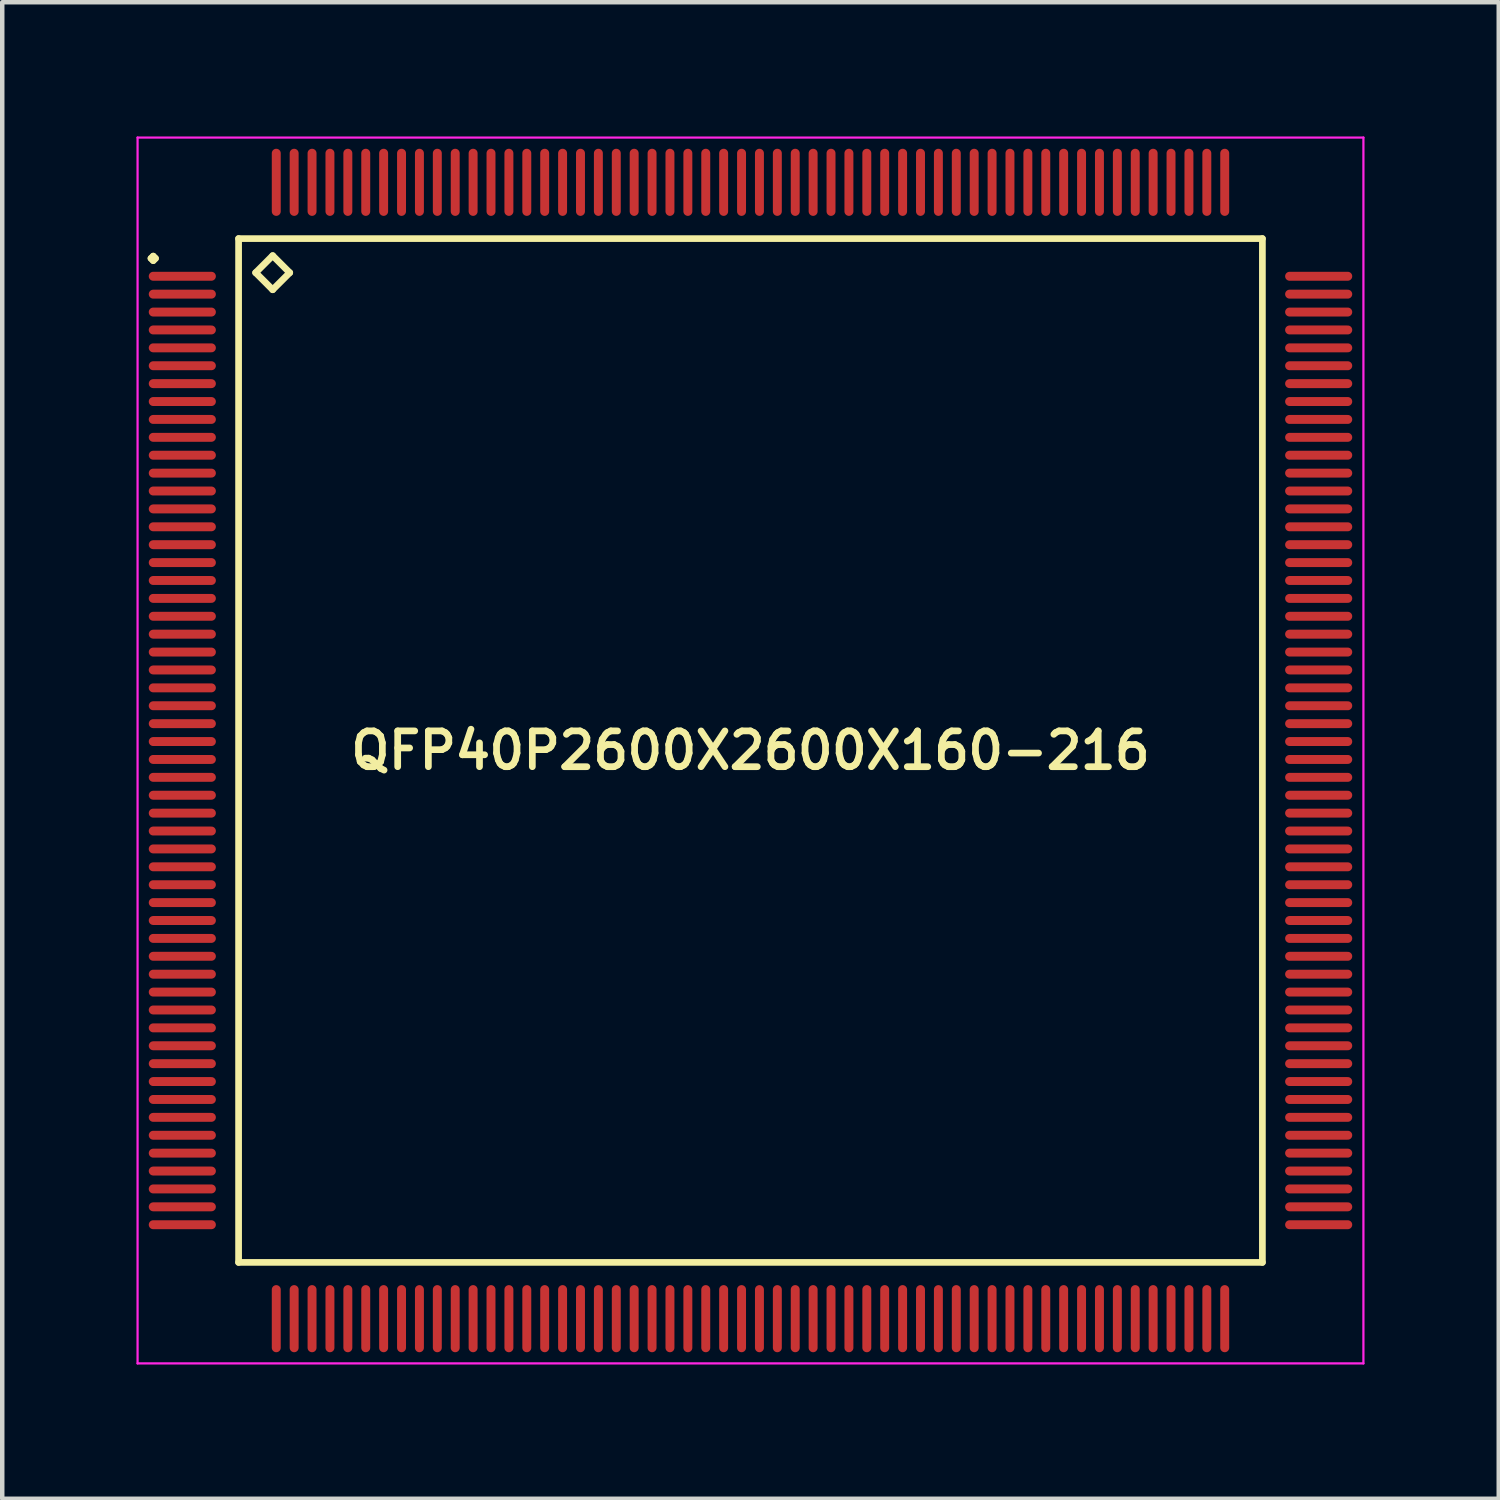
<source format=kicad_pcb>
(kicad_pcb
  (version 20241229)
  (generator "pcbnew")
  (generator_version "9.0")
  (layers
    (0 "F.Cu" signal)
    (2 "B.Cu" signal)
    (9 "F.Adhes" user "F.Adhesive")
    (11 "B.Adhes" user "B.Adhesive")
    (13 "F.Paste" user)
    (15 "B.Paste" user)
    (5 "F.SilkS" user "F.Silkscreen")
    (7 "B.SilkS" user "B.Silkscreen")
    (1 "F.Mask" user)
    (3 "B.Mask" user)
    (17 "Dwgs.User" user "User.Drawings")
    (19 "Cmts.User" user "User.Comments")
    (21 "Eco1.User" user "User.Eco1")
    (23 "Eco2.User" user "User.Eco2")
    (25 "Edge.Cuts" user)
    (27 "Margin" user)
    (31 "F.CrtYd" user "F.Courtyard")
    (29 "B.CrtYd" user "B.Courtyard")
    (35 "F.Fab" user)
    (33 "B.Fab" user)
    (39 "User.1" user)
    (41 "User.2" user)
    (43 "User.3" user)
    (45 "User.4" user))
  (footprint "QFP40P2600X2600X160-216"
    (layer "F.Cu")
    (at 13.725 13.725)
    (property "Reference" "QFP40P2600X2600X160-216" (at 0 0 0) (layer "F.SilkS") (effects (font (size 0.8 0.8) (thickness 0.15))))
    (attr smd)
    (fp_line (start -13.4 -11) (end -13.35 -11.05) (stroke (width 0.15) (type solid)) (layer "F.SilkS"))
    (fp_line (start -13.35 -11.05) (end -13.3 -11) (stroke (width 0.15) (type solid)) (layer "F.SilkS"))
    (fp_line (start -13.35 -10.95) (end -13.4 -11) (stroke (width 0.15) (type solid)) (layer "F.SilkS"))
    (fp_line (start -13.3 -11) (end -13.35 -10.95) (stroke (width 0.15) (type solid)) (layer "F.SilkS"))
    (fp_line (start -11.442 -11.442) (end -11.442 11.442) (stroke (width 0.15) (type solid)) (layer "F.SilkS"))
    (fp_line (start -11.442 11.442) (end 11.442 11.442) (stroke (width 0.15) (type solid)) (layer "F.SilkS"))
    (fp_line (start -11.061 -10.68) (end -10.68 -11.061) (stroke (width 0.15) (type solid)) (layer "F.SilkS"))
    (fp_line (start -10.68 -11.061) (end -10.299 -10.68) (stroke (width 0.15) (type solid)) (layer "F.SilkS"))
    (fp_line (start -10.68 -10.299) (end -11.061 -10.68) (stroke (width 0.15) (type solid)) (layer "F.SilkS"))
    (fp_line (start -10.299 -10.68) (end -10.68 -10.299) (stroke (width 0.15) (type solid)) (layer "F.SilkS"))
    (fp_line (start 11.442 -11.442) (end -11.442 -11.442) (stroke (width 0.15) (type solid)) (layer "F.SilkS"))
    (fp_line (start 11.442 11.442) (end 11.442 -11.442) (stroke (width 0.15) (type solid)) (layer "F.SilkS"))
    (fp_line (start -13.7 -13.7) (end 13.7 -13.7) (stroke (width 0.05) (type solid)) (layer "F.CrtYd"))
    (fp_line (start -13.7 13.7) (end -13.7 -13.7) (stroke (width 0.05) (type solid)) (layer "F.CrtYd"))
    (fp_line (start 13.7 -13.7) (end 13.7 13.7) (stroke (width 0.05) (type solid)) (layer "F.CrtYd"))
    (fp_line (start 13.7 13.7) (end -13.7 13.7) (stroke (width 0.05) (type solid)) (layer "F.CrtYd"))
    (pad "1" smd oval (at -12.7 -10.6) (size 1.5 0.2) (layers "F.Cu" "F.Mask" "F.Paste"))
    (pad "2" smd oval (at -12.7 -10.2) (size 1.5 0.2) (layers "F.Cu" "F.Mask" "F.Paste"))
    (pad "3" smd oval (at -12.7 -9.8) (size 1.5 0.2) (layers "F.Cu" "F.Mask" "F.Paste"))
    (pad "4" smd oval (at -12.7 -9.4) (size 1.5 0.2) (layers "F.Cu" "F.Mask" "F.Paste"))
    (pad "5" smd oval (at -12.7 -9) (size 1.5 0.2) (layers "F.Cu" "F.Mask" "F.Paste"))
    (pad "6" smd oval (at -12.7 -8.6) (size 1.5 0.2) (layers "F.Cu" "F.Mask" "F.Paste"))
    (pad "7" smd oval (at -12.7 -8.2) (size 1.5 0.2) (layers "F.Cu" "F.Mask" "F.Paste"))
    (pad "8" smd oval (at -12.7 -7.8) (size 1.5 0.2) (layers "F.Cu" "F.Mask" "F.Paste"))
    (pad "9" smd oval (at -12.7 -7.4) (size 1.5 0.2) (layers "F.Cu" "F.Mask" "F.Paste"))
    (pad "10" smd oval (at -12.7 -7) (size 1.5 0.2) (layers "F.Cu" "F.Mask" "F.Paste"))
    (pad "11" smd oval (at -12.7 -6.6) (size 1.5 0.2) (layers "F.Cu" "F.Mask" "F.Paste"))
    (pad "12" smd oval (at -12.7 -6.2) (size 1.5 0.2) (layers "F.Cu" "F.Mask" "F.Paste"))
    (pad "13" smd oval (at -12.7 -5.8) (size 1.5 0.2) (layers "F.Cu" "F.Mask" "F.Paste"))
    (pad "14" smd oval (at -12.7 -5.4) (size 1.5 0.2) (layers "F.Cu" "F.Mask" "F.Paste"))
    (pad "15" smd oval (at -12.7 -5) (size 1.5 0.2) (layers "F.Cu" "F.Mask" "F.Paste"))
    (pad "16" smd oval (at -12.7 -4.6) (size 1.5 0.2) (layers "F.Cu" "F.Mask" "F.Paste"))
    (pad "17" smd oval (at -12.7 -4.2) (size 1.5 0.2) (layers "F.Cu" "F.Mask" "F.Paste"))
    (pad "18" smd oval (at -12.7 -3.8) (size 1.5 0.2) (layers "F.Cu" "F.Mask" "F.Paste"))
    (pad "19" smd oval (at -12.7 -3.4) (size 1.5 0.2) (layers "F.Cu" "F.Mask" "F.Paste"))
    (pad "20" smd oval (at -12.7 -3) (size 1.5 0.2) (layers "F.Cu" "F.Mask" "F.Paste"))
    (pad "21" smd oval (at -12.7 -2.6) (size 1.5 0.2) (layers "F.Cu" "F.Mask" "F.Paste"))
    (pad "22" smd oval (at -12.7 -2.2) (size 1.5 0.2) (layers "F.Cu" "F.Mask" "F.Paste"))
    (pad "23" smd oval (at -12.7 -1.8) (size 1.5 0.2) (layers "F.Cu" "F.Mask" "F.Paste"))
    (pad "24" smd oval (at -12.7 -1.4) (size 1.5 0.2) (layers "F.Cu" "F.Mask" "F.Paste"))
    (pad "25" smd oval (at -12.7 -1) (size 1.5 0.2) (layers "F.Cu" "F.Mask" "F.Paste"))
    (pad "26" smd oval (at -12.7 -0.6) (size 1.5 0.2) (layers "F.Cu" "F.Mask" "F.Paste"))
    (pad "27" smd oval (at -12.7 -0.2) (size 1.5 0.2) (layers "F.Cu" "F.Mask" "F.Paste"))
    (pad "28" smd oval (at -12.7 0.2) (size 1.5 0.2) (layers "F.Cu" "F.Mask" "F.Paste"))
    (pad "29" smd oval (at -12.7 0.6) (size 1.5 0.2) (layers "F.Cu" "F.Mask" "F.Paste"))
    (pad "30" smd oval (at -12.7 1) (size 1.5 0.2) (layers "F.Cu" "F.Mask" "F.Paste"))
    (pad "31" smd oval (at -12.7 1.4) (size 1.5 0.2) (layers "F.Cu" "F.Mask" "F.Paste"))
    (pad "32" smd oval (at -12.7 1.8) (size 1.5 0.2) (layers "F.Cu" "F.Mask" "F.Paste"))
    (pad "33" smd oval (at -12.7 2.2) (size 1.5 0.2) (layers "F.Cu" "F.Mask" "F.Paste"))
    (pad "34" smd oval (at -12.7 2.6) (size 1.5 0.2) (layers "F.Cu" "F.Mask" "F.Paste"))
    (pad "35" smd oval (at -12.7 3) (size 1.5 0.2) (layers "F.Cu" "F.Mask" "F.Paste"))
    (pad "36" smd oval (at -12.7 3.4) (size 1.5 0.2) (layers "F.Cu" "F.Mask" "F.Paste"))
    (pad "37" smd oval (at -12.7 3.8) (size 1.5 0.2) (layers "F.Cu" "F.Mask" "F.Paste"))
    (pad "38" smd oval (at -12.7 4.2) (size 1.5 0.2) (layers "F.Cu" "F.Mask" "F.Paste"))
    (pad "39" smd oval (at -12.7 4.6) (size 1.5 0.2) (layers "F.Cu" "F.Mask" "F.Paste"))
    (pad "40" smd oval (at -12.7 5) (size 1.5 0.2) (layers "F.Cu" "F.Mask" "F.Paste"))
    (pad "41" smd oval (at -12.7 5.4) (size 1.5 0.2) (layers "F.Cu" "F.Mask" "F.Paste"))
    (pad "42" smd oval (at -12.7 5.8) (size 1.5 0.2) (layers "F.Cu" "F.Mask" "F.Paste"))
    (pad "43" smd oval (at -12.7 6.2) (size 1.5 0.2) (layers "F.Cu" "F.Mask" "F.Paste"))
    (pad "44" smd oval (at -12.7 6.6) (size 1.5 0.2) (layers "F.Cu" "F.Mask" "F.Paste"))
    (pad "45" smd oval (at -12.7 7) (size 1.5 0.2) (layers "F.Cu" "F.Mask" "F.Paste"))
    (pad "46" smd oval (at -12.7 7.4) (size 1.5 0.2) (layers "F.Cu" "F.Mask" "F.Paste"))
    (pad "47" smd oval (at -12.7 7.8) (size 1.5 0.2) (layers "F.Cu" "F.Mask" "F.Paste"))
    (pad "48" smd oval (at -12.7 8.2) (size 1.5 0.2) (layers "F.Cu" "F.Mask" "F.Paste"))
    (pad "49" smd oval (at -12.7 8.6) (size 1.5 0.2) (layers "F.Cu" "F.Mask" "F.Paste"))
    (pad "50" smd oval (at -12.7 9) (size 1.5 0.2) (layers "F.Cu" "F.Mask" "F.Paste"))
    (pad "51" smd oval (at -12.7 9.4) (size 1.5 0.2) (layers "F.Cu" "F.Mask" "F.Paste"))
    (pad "52" smd oval (at -12.7 9.8) (size 1.5 0.2) (layers "F.Cu" "F.Mask" "F.Paste"))
    (pad "53" smd oval (at -12.7 10.2) (size 1.5 0.2) (layers "F.Cu" "F.Mask" "F.Paste"))
    (pad "54" smd oval (at -12.7 10.6) (size 1.5 0.2) (layers "F.Cu" "F.Mask" "F.Paste"))
    (pad "55" smd oval (at -10.6 12.7) (size 0.2 1.5) (layers "F.Cu" "F.Mask" "F.Paste"))
    (pad "56" smd oval (at -10.2 12.7) (size 0.2 1.5) (layers "F.Cu" "F.Mask" "F.Paste"))
    (pad "57" smd oval (at -9.8 12.7) (size 0.2 1.5) (layers "F.Cu" "F.Mask" "F.Paste"))
    (pad "58" smd oval (at -9.4 12.7) (size 0.2 1.5) (layers "F.Cu" "F.Mask" "F.Paste"))
    (pad "59" smd oval (at -9 12.7) (size 0.2 1.5) (layers "F.Cu" "F.Mask" "F.Paste"))
    (pad "60" smd oval (at -8.6 12.7) (size 0.2 1.5) (layers "F.Cu" "F.Mask" "F.Paste"))
    (pad "61" smd oval (at -8.2 12.7) (size 0.2 1.5) (layers "F.Cu" "F.Mask" "F.Paste"))
    (pad "62" smd oval (at -7.8 12.7) (size 0.2 1.5) (layers "F.Cu" "F.Mask" "F.Paste"))
    (pad "63" smd oval (at -7.4 12.7) (size 0.2 1.5) (layers "F.Cu" "F.Mask" "F.Paste"))
    (pad "64" smd oval (at -7 12.7) (size 0.2 1.5) (layers "F.Cu" "F.Mask" "F.Paste"))
    (pad "65" smd oval (at -6.6 12.7) (size 0.2 1.5) (layers "F.Cu" "F.Mask" "F.Paste"))
    (pad "66" smd oval (at -6.2 12.7) (size 0.2 1.5) (layers "F.Cu" "F.Mask" "F.Paste"))
    (pad "67" smd oval (at -5.8 12.7) (size 0.2 1.5) (layers "F.Cu" "F.Mask" "F.Paste"))
    (pad "68" smd oval (at -5.4 12.7) (size 0.2 1.5) (layers "F.Cu" "F.Mask" "F.Paste"))
    (pad "69" smd oval (at -5 12.7) (size 0.2 1.5) (layers "F.Cu" "F.Mask" "F.Paste"))
    (pad "70" smd oval (at -4.6 12.7) (size 0.2 1.5) (layers "F.Cu" "F.Mask" "F.Paste"))
    (pad "71" smd oval (at -4.2 12.7) (size 0.2 1.5) (layers "F.Cu" "F.Mask" "F.Paste"))
    (pad "72" smd oval (at -3.8 12.7) (size 0.2 1.5) (layers "F.Cu" "F.Mask" "F.Paste"))
    (pad "73" smd oval (at -3.4 12.7) (size 0.2 1.5) (layers "F.Cu" "F.Mask" "F.Paste"))
    (pad "74" smd oval (at -3 12.7) (size 0.2 1.5) (layers "F.Cu" "F.Mask" "F.Paste"))
    (pad "75" smd oval (at -2.6 12.7) (size 0.2 1.5) (layers "F.Cu" "F.Mask" "F.Paste"))
    (pad "76" smd oval (at -2.2 12.7) (size 0.2 1.5) (layers "F.Cu" "F.Mask" "F.Paste"))
    (pad "77" smd oval (at -1.8 12.7) (size 0.2 1.5) (layers "F.Cu" "F.Mask" "F.Paste"))
    (pad "78" smd oval (at -1.4 12.7) (size 0.2 1.5) (layers "F.Cu" "F.Mask" "F.Paste"))
    (pad "79" smd oval (at -1 12.7) (size 0.2 1.5) (layers "F.Cu" "F.Mask" "F.Paste"))
    (pad "80" smd oval (at -0.6 12.7) (size 0.2 1.5) (layers "F.Cu" "F.Mask" "F.Paste"))
    (pad "81" smd oval (at -0.2 12.7) (size 0.2 1.5) (layers "F.Cu" "F.Mask" "F.Paste"))
    (pad "82" smd oval (at 0.2 12.7) (size 0.2 1.5) (layers "F.Cu" "F.Mask" "F.Paste"))
    (pad "83" smd oval (at 0.6 12.7) (size 0.2 1.5) (layers "F.Cu" "F.Mask" "F.Paste"))
    (pad "84" smd oval (at 1 12.7) (size 0.2 1.5) (layers "F.Cu" "F.Mask" "F.Paste"))
    (pad "85" smd oval (at 1.4 12.7) (size 0.2 1.5) (layers "F.Cu" "F.Mask" "F.Paste"))
    (pad "86" smd oval (at 1.8 12.7) (size 0.2 1.5) (layers "F.Cu" "F.Mask" "F.Paste"))
    (pad "87" smd oval (at 2.2 12.7) (size 0.2 1.5) (layers "F.Cu" "F.Mask" "F.Paste"))
    (pad "88" smd oval (at 2.6 12.7) (size 0.2 1.5) (layers "F.Cu" "F.Mask" "F.Paste"))
    (pad "89" smd oval (at 3 12.7) (size 0.2 1.5) (layers "F.Cu" "F.Mask" "F.Paste"))
    (pad "90" smd oval (at 3.4 12.7) (size 0.2 1.5) (layers "F.Cu" "F.Mask" "F.Paste"))
    (pad "91" smd oval (at 3.8 12.7) (size 0.2 1.5) (layers "F.Cu" "F.Mask" "F.Paste"))
    (pad "92" smd oval (at 4.2 12.7) (size 0.2 1.5) (layers "F.Cu" "F.Mask" "F.Paste"))
    (pad "93" smd oval (at 4.6 12.7) (size 0.2 1.5) (layers "F.Cu" "F.Mask" "F.Paste"))
    (pad "94" smd oval (at 5 12.7) (size 0.2 1.5) (layers "F.Cu" "F.Mask" "F.Paste"))
    (pad "95" smd oval (at 5.4 12.7) (size 0.2 1.5) (layers "F.Cu" "F.Mask" "F.Paste"))
    (pad "96" smd oval (at 5.8 12.7) (size 0.2 1.5) (layers "F.Cu" "F.Mask" "F.Paste"))
    (pad "97" smd oval (at 6.2 12.7) (size 0.2 1.5) (layers "F.Cu" "F.Mask" "F.Paste"))
    (pad "98" smd oval (at 6.6 12.7) (size 0.2 1.5) (layers "F.Cu" "F.Mask" "F.Paste"))
    (pad "99" smd oval (at 7 12.7) (size 0.2 1.5) (layers "F.Cu" "F.Mask" "F.Paste"))
    (pad "100" smd oval (at 7.4 12.7) (size 0.2 1.5) (layers "F.Cu" "F.Mask" "F.Paste"))
    (pad "101" smd oval (at 7.8 12.7) (size 0.2 1.5) (layers "F.Cu" "F.Mask" "F.Paste"))
    (pad "102" smd oval (at 8.2 12.7) (size 0.2 1.5) (layers "F.Cu" "F.Mask" "F.Paste"))
    (pad "103" smd oval (at 8.6 12.7) (size 0.2 1.5) (layers "F.Cu" "F.Mask" "F.Paste"))
    (pad "104" smd oval (at 9 12.7) (size 0.2 1.5) (layers "F.Cu" "F.Mask" "F.Paste"))
    (pad "105" smd oval (at 9.4 12.7) (size 0.2 1.5) (layers "F.Cu" "F.Mask" "F.Paste"))
    (pad "106" smd oval (at 9.8 12.7) (size 0.2 1.5) (layers "F.Cu" "F.Mask" "F.Paste"))
    (pad "107" smd oval (at 10.2 12.7) (size 0.2 1.5) (layers "F.Cu" "F.Mask" "F.Paste"))
    (pad "108" smd oval (at 10.6 12.7) (size 0.2 1.5) (layers "F.Cu" "F.Mask" "F.Paste"))
    (pad "109" smd oval (at 12.7 10.6) (size 1.5 0.2) (layers "F.Cu" "F.Mask" "F.Paste"))
    (pad "110" smd oval (at 12.7 10.2) (size 1.5 0.2) (layers "F.Cu" "F.Mask" "F.Paste"))
    (pad "111" smd oval (at 12.7 9.8) (size 1.5 0.2) (layers "F.Cu" "F.Mask" "F.Paste"))
    (pad "112" smd oval (at 12.7 9.4) (size 1.5 0.2) (layers "F.Cu" "F.Mask" "F.Paste"))
    (pad "113" smd oval (at 12.7 9) (size 1.5 0.2) (layers "F.Cu" "F.Mask" "F.Paste"))
    (pad "114" smd oval (at 12.7 8.6) (size 1.5 0.2) (layers "F.Cu" "F.Mask" "F.Paste"))
    (pad "115" smd oval (at 12.7 8.2) (size 1.5 0.2) (layers "F.Cu" "F.Mask" "F.Paste"))
    (pad "116" smd oval (at 12.7 7.8) (size 1.5 0.2) (layers "F.Cu" "F.Mask" "F.Paste"))
    (pad "117" smd oval (at 12.7 7.4) (size 1.5 0.2) (layers "F.Cu" "F.Mask" "F.Paste"))
    (pad "118" smd oval (at 12.7 7) (size 1.5 0.2) (layers "F.Cu" "F.Mask" "F.Paste"))
    (pad "119" smd oval (at 12.7 6.6) (size 1.5 0.2) (layers "F.Cu" "F.Mask" "F.Paste"))
    (pad "120" smd oval (at 12.7 6.2) (size 1.5 0.2) (layers "F.Cu" "F.Mask" "F.Paste"))
    (pad "121" smd oval (at 12.7 5.8) (size 1.5 0.2) (layers "F.Cu" "F.Mask" "F.Paste"))
    (pad "122" smd oval (at 12.7 5.4) (size 1.5 0.2) (layers "F.Cu" "F.Mask" "F.Paste"))
    (pad "123" smd oval (at 12.7 5) (size 1.5 0.2) (layers "F.Cu" "F.Mask" "F.Paste"))
    (pad "124" smd oval (at 12.7 4.6) (size 1.5 0.2) (layers "F.Cu" "F.Mask" "F.Paste"))
    (pad "125" smd oval (at 12.7 4.2) (size 1.5 0.2) (layers "F.Cu" "F.Mask" "F.Paste"))
    (pad "126" smd oval (at 12.7 3.8) (size 1.5 0.2) (layers "F.Cu" "F.Mask" "F.Paste"))
    (pad "127" smd oval (at 12.7 3.4) (size 1.5 0.2) (layers "F.Cu" "F.Mask" "F.Paste"))
    (pad "128" smd oval (at 12.7 3) (size 1.5 0.2) (layers "F.Cu" "F.Mask" "F.Paste"))
    (pad "129" smd oval (at 12.7 2.6) (size 1.5 0.2) (layers "F.Cu" "F.Mask" "F.Paste"))
    (pad "130" smd oval (at 12.7 2.2) (size 1.5 0.2) (layers "F.Cu" "F.Mask" "F.Paste"))
    (pad "131" smd oval (at 12.7 1.8) (size 1.5 0.2) (layers "F.Cu" "F.Mask" "F.Paste"))
    (pad "132" smd oval (at 12.7 1.4) (size 1.5 0.2) (layers "F.Cu" "F.Mask" "F.Paste"))
    (pad "133" smd oval (at 12.7 1) (size 1.5 0.2) (layers "F.Cu" "F.Mask" "F.Paste"))
    (pad "134" smd oval (at 12.7 0.6) (size 1.5 0.2) (layers "F.Cu" "F.Mask" "F.Paste"))
    (pad "135" smd oval (at 12.7 0.2) (size 1.5 0.2) (layers "F.Cu" "F.Mask" "F.Paste"))
    (pad "136" smd oval (at 12.7 -0.2) (size 1.5 0.2) (layers "F.Cu" "F.Mask" "F.Paste"))
    (pad "137" smd oval (at 12.7 -0.6) (size 1.5 0.2) (layers "F.Cu" "F.Mask" "F.Paste"))
    (pad "138" smd oval (at 12.7 -1) (size 1.5 0.2) (layers "F.Cu" "F.Mask" "F.Paste"))
    (pad "139" smd oval (at 12.7 -1.4) (size 1.5 0.2) (layers "F.Cu" "F.Mask" "F.Paste"))
    (pad "140" smd oval (at 12.7 -1.8) (size 1.5 0.2) (layers "F.Cu" "F.Mask" "F.Paste"))
    (pad "141" smd oval (at 12.7 -2.2) (size 1.5 0.2) (layers "F.Cu" "F.Mask" "F.Paste"))
    (pad "142" smd oval (at 12.7 -2.6) (size 1.5 0.2) (layers "F.Cu" "F.Mask" "F.Paste"))
    (pad "143" smd oval (at 12.7 -3) (size 1.5 0.2) (layers "F.Cu" "F.Mask" "F.Paste"))
    (pad "144" smd oval (at 12.7 -3.4) (size 1.5 0.2) (layers "F.Cu" "F.Mask" "F.Paste"))
    (pad "145" smd oval (at 12.7 -3.8) (size 1.5 0.2) (layers "F.Cu" "F.Mask" "F.Paste"))
    (pad "146" smd oval (at 12.7 -4.2) (size 1.5 0.2) (layers "F.Cu" "F.Mask" "F.Paste"))
    (pad "147" smd oval (at 12.7 -4.6) (size 1.5 0.2) (layers "F.Cu" "F.Mask" "F.Paste"))
    (pad "148" smd oval (at 12.7 -5) (size 1.5 0.2) (layers "F.Cu" "F.Mask" "F.Paste"))
    (pad "149" smd oval (at 12.7 -5.4) (size 1.5 0.2) (layers "F.Cu" "F.Mask" "F.Paste"))
    (pad "150" smd oval (at 12.7 -5.8) (size 1.5 0.2) (layers "F.Cu" "F.Mask" "F.Paste"))
    (pad "151" smd oval (at 12.7 -6.2) (size 1.5 0.2) (layers "F.Cu" "F.Mask" "F.Paste"))
    (pad "152" smd oval (at 12.7 -6.6) (size 1.5 0.2) (layers "F.Cu" "F.Mask" "F.Paste"))
    (pad "153" smd oval (at 12.7 -7) (size 1.5 0.2) (layers "F.Cu" "F.Mask" "F.Paste"))
    (pad "154" smd oval (at 12.7 -7.4) (size 1.5 0.2) (layers "F.Cu" "F.Mask" "F.Paste"))
    (pad "155" smd oval (at 12.7 -7.8) (size 1.5 0.2) (layers "F.Cu" "F.Mask" "F.Paste"))
    (pad "156" smd oval (at 12.7 -8.2) (size 1.5 0.2) (layers "F.Cu" "F.Mask" "F.Paste"))
    (pad "157" smd oval (at 12.7 -8.6) (size 1.5 0.2) (layers "F.Cu" "F.Mask" "F.Paste"))
    (pad "158" smd oval (at 12.7 -9) (size 1.5 0.2) (layers "F.Cu" "F.Mask" "F.Paste"))
    (pad "159" smd oval (at 12.7 -9.4) (size 1.5 0.2) (layers "F.Cu" "F.Mask" "F.Paste"))
    (pad "160" smd oval (at 12.7 -9.8) (size 1.5 0.2) (layers "F.Cu" "F.Mask" "F.Paste"))
    (pad "161" smd oval (at 12.7 -10.2) (size 1.5 0.2) (layers "F.Cu" "F.Mask" "F.Paste"))
    (pad "162" smd oval (at 12.7 -10.6) (size 1.5 0.2) (layers "F.Cu" "F.Mask" "F.Paste"))
    (pad "163" smd oval (at 10.6 -12.7) (size 0.2 1.5) (layers "F.Cu" "F.Mask" "F.Paste"))
    (pad "164" smd oval (at 10.2 -12.7) (size 0.2 1.5) (layers "F.Cu" "F.Mask" "F.Paste"))
    (pad "165" smd oval (at 9.8 -12.7) (size 0.2 1.5) (layers "F.Cu" "F.Mask" "F.Paste"))
    (pad "166" smd oval (at 9.4 -12.7) (size 0.2 1.5) (layers "F.Cu" "F.Mask" "F.Paste"))
    (pad "167" smd oval (at 9 -12.7) (size 0.2 1.5) (layers "F.Cu" "F.Mask" "F.Paste"))
    (pad "168" smd oval (at 8.6 -12.7) (size 0.2 1.5) (layers "F.Cu" "F.Mask" "F.Paste"))
    (pad "169" smd oval (at 8.2 -12.7) (size 0.2 1.5) (layers "F.Cu" "F.Mask" "F.Paste"))
    (pad "170" smd oval (at 7.8 -12.7) (size 0.2 1.5) (layers "F.Cu" "F.Mask" "F.Paste"))
    (pad "171" smd oval (at 7.4 -12.7) (size 0.2 1.5) (layers "F.Cu" "F.Mask" "F.Paste"))
    (pad "172" smd oval (at 7 -12.7) (size 0.2 1.5) (layers "F.Cu" "F.Mask" "F.Paste"))
    (pad "173" smd oval (at 6.6 -12.7) (size 0.2 1.5) (layers "F.Cu" "F.Mask" "F.Paste"))
    (pad "174" smd oval (at 6.2 -12.7) (size 0.2 1.5) (layers "F.Cu" "F.Mask" "F.Paste"))
    (pad "175" smd oval (at 5.8 -12.7) (size 0.2 1.5) (layers "F.Cu" "F.Mask" "F.Paste"))
    (pad "176" smd oval (at 5.4 -12.7) (size 0.2 1.5) (layers "F.Cu" "F.Mask" "F.Paste"))
    (pad "177" smd oval (at 5 -12.7) (size 0.2 1.5) (layers "F.Cu" "F.Mask" "F.Paste"))
    (pad "178" smd oval (at 4.6 -12.7) (size 0.2 1.5) (layers "F.Cu" "F.Mask" "F.Paste"))
    (pad "179" smd oval (at 4.2 -12.7) (size 0.2 1.5) (layers "F.Cu" "F.Mask" "F.Paste"))
    (pad "180" smd oval (at 3.8 -12.7) (size 0.2 1.5) (layers "F.Cu" "F.Mask" "F.Paste"))
    (pad "181" smd oval (at 3.4 -12.7) (size 0.2 1.5) (layers "F.Cu" "F.Mask" "F.Paste"))
    (pad "182" smd oval (at 3 -12.7) (size 0.2 1.5) (layers "F.Cu" "F.Mask" "F.Paste"))
    (pad "183" smd oval (at 2.6 -12.7) (size 0.2 1.5) (layers "F.Cu" "F.Mask" "F.Paste"))
    (pad "184" smd oval (at 2.2 -12.7) (size 0.2 1.5) (layers "F.Cu" "F.Mask" "F.Paste"))
    (pad "185" smd oval (at 1.8 -12.7) (size 0.2 1.5) (layers "F.Cu" "F.Mask" "F.Paste"))
    (pad "186" smd oval (at 1.4 -12.7) (size 0.2 1.5) (layers "F.Cu" "F.Mask" "F.Paste"))
    (pad "187" smd oval (at 1 -12.7) (size 0.2 1.5) (layers "F.Cu" "F.Mask" "F.Paste"))
    (pad "188" smd oval (at 0.6 -12.7) (size 0.2 1.5) (layers "F.Cu" "F.Mask" "F.Paste"))
    (pad "189" smd oval (at 0.2 -12.7) (size 0.2 1.5) (layers "F.Cu" "F.Mask" "F.Paste"))
    (pad "190" smd oval (at -0.2 -12.7) (size 0.2 1.5) (layers "F.Cu" "F.Mask" "F.Paste"))
    (pad "191" smd oval (at -0.6 -12.7) (size 0.2 1.5) (layers "F.Cu" "F.Mask" "F.Paste"))
    (pad "192" smd oval (at -1 -12.7) (size 0.2 1.5) (layers "F.Cu" "F.Mask" "F.Paste"))
    (pad "193" smd oval (at -1.4 -12.7) (size 0.2 1.5) (layers "F.Cu" "F.Mask" "F.Paste"))
    (pad "194" smd oval (at -1.8 -12.7) (size 0.2 1.5) (layers "F.Cu" "F.Mask" "F.Paste"))
    (pad "195" smd oval (at -2.2 -12.7) (size 0.2 1.5) (layers "F.Cu" "F.Mask" "F.Paste"))
    (pad "196" smd oval (at -2.6 -12.7) (size 0.2 1.5) (layers "F.Cu" "F.Mask" "F.Paste"))
    (pad "197" smd oval (at -3 -12.7) (size 0.2 1.5) (layers "F.Cu" "F.Mask" "F.Paste"))
    (pad "198" smd oval (at -3.4 -12.7) (size 0.2 1.5) (layers "F.Cu" "F.Mask" "F.Paste"))
    (pad "199" smd oval (at -3.8 -12.7) (size 0.2 1.5) (layers "F.Cu" "F.Mask" "F.Paste"))
    (pad "200" smd oval (at -4.2 -12.7) (size 0.2 1.5) (layers "F.Cu" "F.Mask" "F.Paste"))
    (pad "201" smd oval (at -4.6 -12.7) (size 0.2 1.5) (layers "F.Cu" "F.Mask" "F.Paste"))
    (pad "202" smd oval (at -5 -12.7) (size 0.2 1.5) (layers "F.Cu" "F.Mask" "F.Paste"))
    (pad "203" smd oval (at -5.4 -12.7) (size 0.2 1.5) (layers "F.Cu" "F.Mask" "F.Paste"))
    (pad "204" smd oval (at -5.8 -12.7) (size 0.2 1.5) (layers "F.Cu" "F.Mask" "F.Paste"))
    (pad "205" smd oval (at -6.2 -12.7) (size 0.2 1.5) (layers "F.Cu" "F.Mask" "F.Paste"))
    (pad "206" smd oval (at -6.6 -12.7) (size 0.2 1.5) (layers "F.Cu" "F.Mask" "F.Paste"))
    (pad "207" smd oval (at -7 -12.7) (size 0.2 1.5) (layers "F.Cu" "F.Mask" "F.Paste"))
    (pad "208" smd oval (at -7.4 -12.7) (size 0.2 1.5) (layers "F.Cu" "F.Mask" "F.Paste"))
    (pad "209" smd oval (at -7.8 -12.7) (size 0.2 1.5) (layers "F.Cu" "F.Mask" "F.Paste"))
    (pad "210" smd oval (at -8.2 -12.7) (size 0.2 1.5) (layers "F.Cu" "F.Mask" "F.Paste"))
    (pad "211" smd oval (at -8.6 -12.7) (size 0.2 1.5) (layers "F.Cu" "F.Mask" "F.Paste"))
    (pad "212" smd oval (at -9 -12.7) (size 0.2 1.5) (layers "F.Cu" "F.Mask" "F.Paste"))
    (pad "213" smd oval (at -9.4 -12.7) (size 0.2 1.5) (layers "F.Cu" "F.Mask" "F.Paste"))
    (pad "214" smd oval (at -9.8 -12.7) (size 0.2 1.5) (layers "F.Cu" "F.Mask" "F.Paste"))
    (pad "215" smd oval (at -10.2 -12.7) (size 0.2 1.5) (layers "F.Cu" "F.Mask" "F.Paste"))
    (pad "216" smd oval (at -10.6 -12.7) (size 0.2 1.5) (layers "F.Cu" "F.Mask" "F.Paste")))
  (gr_rect
    (start -3 -3)
    (end 30.45 30.45)
    (stroke (width 0.1) (type default))
    (fill no)
    (layer "Edge.Cuts")))
</source>
